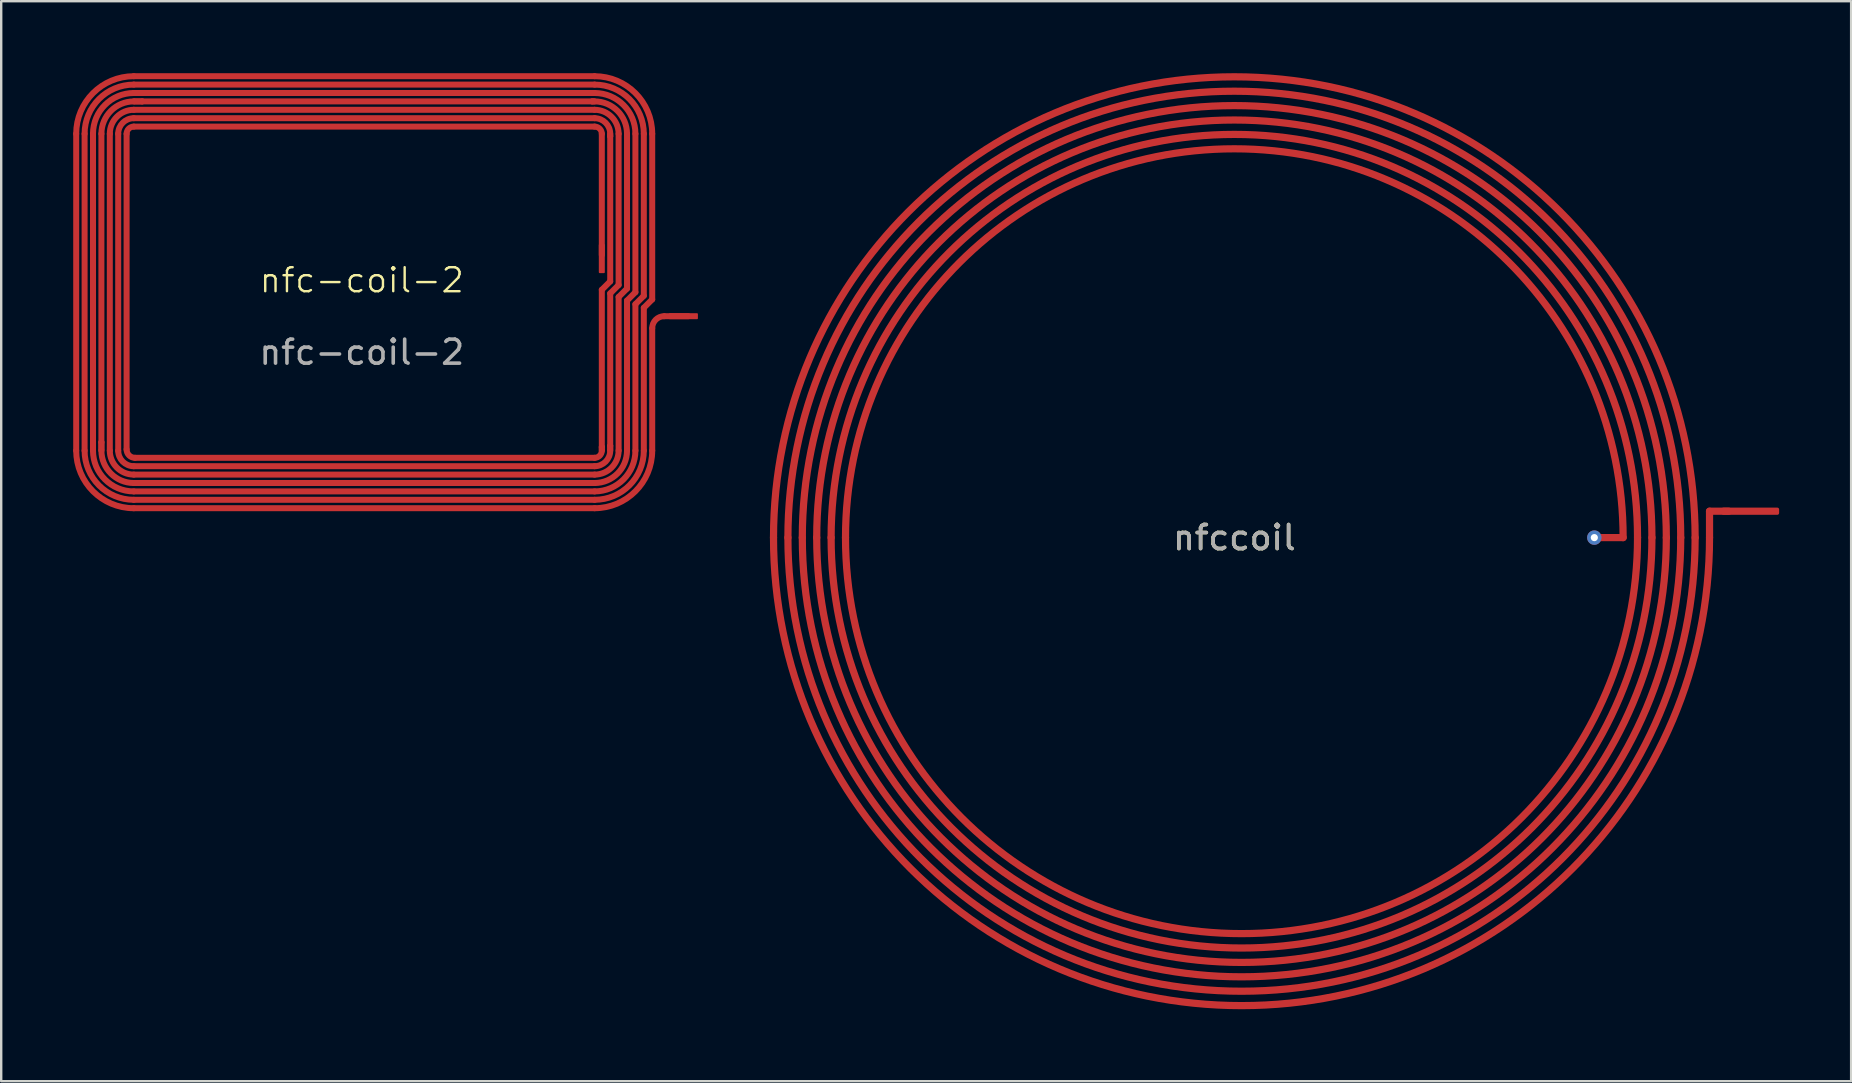
<source format=kicad_pcb>
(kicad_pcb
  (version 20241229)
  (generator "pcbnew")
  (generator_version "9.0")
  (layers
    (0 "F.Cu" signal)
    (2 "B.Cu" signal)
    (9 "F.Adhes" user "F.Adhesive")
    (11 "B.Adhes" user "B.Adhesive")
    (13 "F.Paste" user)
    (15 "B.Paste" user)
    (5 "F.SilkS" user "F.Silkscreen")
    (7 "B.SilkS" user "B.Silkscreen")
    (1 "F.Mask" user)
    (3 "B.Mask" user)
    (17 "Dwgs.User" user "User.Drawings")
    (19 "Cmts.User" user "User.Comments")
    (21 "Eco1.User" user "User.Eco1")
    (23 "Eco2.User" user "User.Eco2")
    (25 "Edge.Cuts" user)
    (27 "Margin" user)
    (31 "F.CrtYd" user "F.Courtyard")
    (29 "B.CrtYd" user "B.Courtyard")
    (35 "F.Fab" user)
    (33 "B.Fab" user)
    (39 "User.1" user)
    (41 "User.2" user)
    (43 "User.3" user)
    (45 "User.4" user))
  (footprint "nfc-coil-2"
    (layer "F.Cu")
    (at 12.025 9.125)
    (property "Reference" "nfc-coil-2" (at 0 -0.5 0) (unlocked yes) (layer "F.SilkS") (effects (font (size 1 1) (thickness 0.1))))
    (attr smd exclude_from_pos_files exclude_from_bom allow_missing_courtyard)
    (fp_line (start -11.9 -6.6) (end -11.9 6.6) (stroke (width 0.25) (type solid)) (layer "F.Cu"))
    (fp_line (start -11.55 -6.6) (end -11.55 6.6) (stroke (width 0.25) (type solid)) (layer "F.Cu"))
    (fp_line (start -11.2 -6.6) (end -11.2 6.6) (stroke (width 0.25) (type solid)) (layer "F.Cu"))
    (fp_line (start -10.85 -6.6) (end -10.85 6.25) (stroke (width 0.25) (type solid)) (layer "F.Cu"))
    (fp_line (start -10.85 6.25) (end -10.85 6.55) (stroke (width 0.25) (type solid)) (layer "F.Cu"))
    (fp_line (start -10.85 6.6) (end -10.85 6.25) (stroke (width 0.25) (type solid)) (layer "F.Cu"))
    (fp_line (start -10.5 -6.6) (end -10.5 6.6) (stroke (width 0.25) (type solid)) (layer "F.Cu"))
    (fp_line (start -10.15 -6.6) (end -10.15 6.6) (stroke (width 0.25) (type solid)) (layer "F.Cu"))
    (fp_line (start -9.8 -6.6) (end -9.8 6.55) (stroke (width 0.25) (type solid)) (layer "F.Cu"))
    (fp_line (start -9.5 -9) (end 9.7 -9) (stroke (width 0.25) (type solid)) (layer "F.Cu"))
    (fp_line (start -9.5 -8.65) (end 9.7 -8.65) (stroke (width 0.25) (type solid)) (layer "F.Cu"))
    (fp_line (start -9.5 -8.3) (end -9.1 -8.3) (stroke (width 0.25) (type solid)) (layer "F.Cu"))
    (fp_line (start -9.5 -7.95) (end -9.15 -7.95) (stroke (width 0.25) (type solid)) (layer "F.Cu"))
    (fp_line (start -9.5 -7.6) (end 9.7 -7.6) (stroke (width 0.25) (type solid)) (layer "F.Cu"))
    (fp_line (start -9.5 -7.25) (end 9.7 -7.25) (stroke (width 0.25) (type solid)) (layer "F.Cu"))
    (fp_line (start -9.5 -6.9) (end 9.7 -6.9) (stroke (width 0.25) (type solid)) (layer "F.Cu"))
    (fp_line (start -9.5 7.25) (end 9.7 7.25) (stroke (width 0.25) (type solid)) (layer "F.Cu"))
    (fp_line (start -9.5 7.6) (end 9.7 7.6) (stroke (width 0.25) (type solid)) (layer "F.Cu"))
    (fp_line (start -9.5 7.95) (end 9.7 7.95) (stroke (width 0.25) (type solid)) (layer "F.Cu"))
    (fp_line (start -9.5 8.3) (end 9.7 8.3) (stroke (width 0.25) (type solid)) (layer "F.Cu"))
    (fp_line (start -9.5 8.65) (end 9.7 8.65) (stroke (width 0.25) (type solid)) (layer "F.Cu"))
    (fp_line (start -9.5 9) (end 9.7 9) (stroke (width 0.25) (type solid)) (layer "F.Cu"))
    (fp_line (start -9.45 -8.3) (end -9.1 -8.3) (stroke (width 0.25) (type solid)) (layer "F.Cu"))
    (fp_line (start -9.45 -7.95) (end -9.15 -7.95) (stroke (width 0.25) (type solid)) (layer "F.Cu"))
    (fp_line (start -9.45 6.9) (end 9.7 6.9) (stroke (width 0.25) (type solid)) (layer "F.Cu"))
    (fp_line (start -9.15 -7.95) (end 9.6 -7.95) (stroke (width 0.25) (type solid)) (layer "F.Cu"))
    (fp_line (start -9.1 -8.3) (end 9.4 -8.3) (stroke (width 0.25) (type solid)) (layer "F.Cu"))
    (fp_line (start 9.4 -8.3) (end 9.65 -8.3) (stroke (width 0.25) (type solid)) (layer "F.Cu"))
    (fp_line (start 9.6 -7.95) (end 9.65 -7.95) (stroke (width 0.25) (type solid)) (layer "F.Cu"))
    (fp_line (start 9.7 -8.3) (end 9.4 -8.3) (stroke (width 0.25) (type solid)) (layer "F.Cu"))
    (fp_line (start 9.7 -7.95) (end 9.6 -7.95) (stroke (width 0.25) (type solid)) (layer "F.Cu"))
    (fp_line (start 10 -6.6) (end 10 -1.55) (stroke (width 0.25) (type solid)) (layer "F.Cu"))
    (fp_line (start 10 -0.1) (end 10 6.45) (stroke (width 0.25) (type solid)) (layer "F.Cu"))
    (fp_line (start 10 -0.1) (end 10.35 -0.45) (stroke (width 0.25) (type solid)) (layer "F.Cu"))
    (fp_line (start 10 6.45) (end 10 6.55) (stroke (width 0.25) (type solid)) (layer "F.Cu"))
    (fp_line (start 10 6.6) (end 10 6.45) (stroke (width 0.25) (type solid)) (layer "F.Cu"))
    (fp_line (start 10.35 -6.6) (end 10.35 -6.5) (stroke (width 0.25) (type solid)) (layer "F.Cu"))
    (fp_line (start 10.35 -6.55) (end 10.35 -6.5) (stroke (width 0.25) (type solid)) (layer "F.Cu"))
    (fp_line (start 10.35 -6.5) (end 10.35 -0.45) (stroke (width 0.25) (type solid)) (layer "F.Cu"))
    (fp_line (start 10.35 0.05) (end 10.35 6.4) (stroke (width 0.25) (type solid)) (layer "F.Cu"))
    (fp_line (start 10.35 0.05) (end 10.7 -0.3) (stroke (width 0.25) (type solid)) (layer "F.Cu"))
    (fp_line (start 10.35 6.4) (end 10.35 6.55) (stroke (width 0.25) (type solid)) (layer "F.Cu"))
    (fp_line (start 10.35 6.6) (end 10.35 6.4) (stroke (width 0.25) (type solid)) (layer "F.Cu"))
    (fp_line (start 10.7 -6.6) (end 10.7 -0.3) (stroke (width 0.25) (type solid)) (layer "F.Cu"))
    (fp_line (start 10.7 0.2) (end 10.7 6.6) (stroke (width 0.25) (type solid)) (layer "F.Cu"))
    (fp_line (start 10.7 0.2) (end 11.05 -0.15) (stroke (width 0.25) (type solid)) (layer "F.Cu"))
    (fp_line (start 11.05 -6.6) (end 11.05 -0.15) (stroke (width 0.25) (type solid)) (layer "F.Cu"))
    (fp_line (start 11.05 0.35) (end 11.05 6.6) (stroke (width 0.25) (type solid)) (layer "F.Cu"))
    (fp_line (start 11.05 0.35) (end 11.4 0) (stroke (width 0.25) (type solid)) (layer "F.Cu"))
    (fp_line (start 11.4 -6.6) (end 11.4 0) (stroke (width 0.25) (type solid)) (layer "F.Cu"))
    (fp_line (start 11.4 0.5) (end 11.4 6.6) (stroke (width 0.25) (type solid)) (layer "F.Cu"))
    (fp_line (start 11.4 0.5) (end 11.75 0.15) (stroke (width 0.25) (type solid)) (layer "F.Cu"))
    (fp_line (start 11.75 -6.6) (end 11.75 0.15) (stroke (width 0.25) (type solid)) (layer "F.Cu"))
    (fp_line (start 11.75 0.65) (end 11.75 6.6) (stroke (width 0.25) (type solid)) (layer "F.Cu"))
    (fp_line (start 11.75 0.65) (end 12.1 0.3) (stroke (width 0.25) (type solid)) (layer "F.Cu"))
    (fp_line (start 12.1 0.3) (end 12.1 -6.6) (stroke (width 0.25) (type solid)) (layer "F.Cu"))
    (fp_line (start 12.1 6.6) (end 12.1 1.5) (stroke (width 0.25) (type solid)) (layer "F.Cu"))
    (fp_line (start 12.6 1) (end 13.6 1) (stroke (width 0.25) (type solid)) (layer "F.Cu"))
    (fp_arc (start -11.9 -6.6) (mid -11.197056 -8.297056) (end -9.5 -9) (stroke (width 0.25) (type solid)) (layer "F.Cu"))
    (fp_arc (start -11.55 -6.6) (mid -10.949569 -8.049569) (end -9.5 -8.65) (stroke (width 0.25) (type solid)) (layer "F.Cu"))
    (fp_arc (start -11.2 -6.6) (mid -10.702082 -7.802082) (end -9.5 -8.3) (stroke (width 0.25) (type solid)) (layer "F.Cu"))
    (fp_arc (start -10.85 -6.6) (mid -10.454594 -7.554594) (end -9.5 -7.95) (stroke (width 0.25) (type solid)) (layer "F.Cu"))
    (fp_arc (start -10.5 -6.6) (mid -10.207107 -7.307107) (end -9.5 -7.6) (stroke (width 0.25) (type solid)) (layer "F.Cu"))
    (fp_arc (start -10.15 -6.6) (mid -9.959619 -7.059619) (end -9.5 -7.25) (stroke (width 0.25) (type solid)) (layer "F.Cu"))
    (fp_arc (start -9.8 -6.6) (mid -9.712132 -6.812132) (end -9.5 -6.9) (stroke (width 0.25) (type solid)) (layer "F.Cu"))
    (fp_arc (start -9.5 7.25) (mid -9.959619 7.059619) (end -10.15 6.6) (stroke (width 0.25) (type solid)) (layer "F.Cu"))
    (fp_arc (start -9.5 7.6) (mid -10.207107 7.307107) (end -10.5 6.6) (stroke (width 0.25) (type solid)) (layer "F.Cu"))
    (fp_arc (start -9.5 7.95) (mid -10.454594 7.554594) (end -10.85 6.6) (stroke (width 0.25) (type solid)) (layer "F.Cu"))
    (fp_arc (start -9.5 8.3) (mid -10.702082 7.802082) (end -11.2 6.6) (stroke (width 0.25) (type solid)) (layer "F.Cu"))
    (fp_arc (start -9.5 8.65) (mid -10.949569 8.049569) (end -11.55 6.6) (stroke (width 0.25) (type solid)) (layer "F.Cu"))
    (fp_arc (start -9.5 9) (mid -11.197056 8.297056) (end -11.9 6.6) (stroke (width 0.25) (type solid)) (layer "F.Cu"))
    (fp_arc (start -9.45 6.9) (mid -9.697487 6.797487) (end -9.8 6.55) (stroke (width 0.25) (type solid)) (layer "F.Cu"))
    (fp_arc (start 9.7 -9) (mid 11.397056 -8.297056) (end 12.1 -6.6) (stroke (width 0.25) (type solid)) (layer "F.Cu"))
    (fp_arc (start 9.7 -8.65) (mid 11.149569 -8.049569) (end 11.75 -6.6) (stroke (width 0.25) (type solid)) (layer "F.Cu"))
    (fp_arc (start 9.7 -8.3) (mid 10.902082 -7.802082) (end 11.4 -6.6) (stroke (width 0.25) (type solid)) (layer "F.Cu"))
    (fp_arc (start 9.7 -7.95) (mid 10.654594 -7.554594) (end 11.05 -6.6) (stroke (width 0.25) (type solid)) (layer "F.Cu"))
    (fp_arc (start 9.7 -7.6) (mid 10.407107 -7.307107) (end 10.7 -6.6) (stroke (width 0.25) (type solid)) (layer "F.Cu"))
    (fp_arc (start 9.7 -7.25) (mid 10.159619 -7.059619) (end 10.35 -6.6) (stroke (width 0.25) (type solid)) (layer "F.Cu"))
    (fp_arc (start 9.7 -6.9) (mid 9.912132 -6.812132) (end 10 -6.6) (stroke (width 0.25) (type solid)) (layer "F.Cu"))
    (fp_arc (start 10 6.6) (mid 9.912132 6.812132) (end 9.7 6.9) (stroke (width 0.25) (type solid)) (layer "F.Cu"))
    (fp_arc (start 10.35 6.6) (mid 10.159619 7.059619) (end 9.7 7.25) (stroke (width 0.25) (type solid)) (layer "F.Cu"))
    (fp_arc (start 10.7 6.6) (mid 10.407107 7.307107) (end 9.7 7.6) (stroke (width 0.25) (type solid)) (layer "F.Cu"))
    (fp_arc (start 11.05 6.6) (mid 10.654594 7.554594) (end 9.7 7.95) (stroke (width 0.25) (type solid)) (layer "F.Cu"))
    (fp_arc (start 11.4 6.6) (mid 10.902082 7.802082) (end 9.7 8.3) (stroke (width 0.25) (type solid)) (layer "F.Cu"))
    (fp_arc (start 11.75 6.6) (mid 11.149569 8.049569) (end 9.7 8.65) (stroke (width 0.25) (type solid)) (layer "F.Cu"))
    (fp_arc (start 12.1 1.5) (mid 12.246447 1.146447) (end 12.6 1) (stroke (width 0.25) (type solid)) (layer "F.Cu"))
    (fp_arc (start 12.1 6.6) (mid 11.397056 8.297056) (end 9.7 9) (stroke (width 0.25) (type solid)) (layer "F.Cu"))
    (fp_text user "${REFERENCE}" (at 0 2.5 0) (unlocked yes) (layer "F.Fab") (effects (font (size 1 1) (thickness 0.15))))
    (pad "1" smd roundrect (at 13.4 1 90) (size 0.25 1.208) (layers "F.Cu" "F.Mask" "F.Paste") (roundrect_rratio 0.15))
    (pad "2" smd roundrect (at 10 -1.4 180) (size 0.25 1.208) (layers "F.Cu" "F.Mask" "F.Paste") (roundrect_rratio 0.15)))
  (footprint "nfccoil"
    (layer "F.Cu")
    (at 48.379 19.35)
    (property "Reference" "nfccoil" (at 0 0 0) (unlocked yes) (layer "F.SilkS") (effects (font (size 1 1) (thickness 0.15))))
    (attr smd exclude_from_pos_files exclude_from_bom allow_missing_courtyard)
    (fp_line (start 16.2 0) (end 15 0) (stroke (width 0.3) (type default)) (layer "F.Cu"))
    (fp_line (start 19.8 -1.1) (end 20.6 -1.1) (stroke (width 0.3) (type default)) (layer "F.Cu"))
    (fp_line (start 19.8 0) (end 19.8 -1.1) (stroke (width 0.3) (type default)) (layer "F.Cu"))
    (fp_arc (start -19.2 0) (mid 0 -19.2) (end 19.2 0) (stroke (width 0.3) (type default)) (layer "F.Cu"))
    (fp_arc (start -18.6 0) (mid 0 -18.6) (end 18.6 0) (stroke (width 0.3) (type default)) (layer "F.Cu"))
    (fp_arc (start -18 0) (mid 0 -18) (end 18 0) (stroke (width 0.3) (type default)) (layer "F.Cu"))
    (fp_arc (start -17.4 0) (mid 0 -17.4) (end 17.4 0) (stroke (width 0.3) (type default)) (layer "F.Cu"))
    (fp_arc (start -16.8 0) (mid 0 -16.8) (end 16.8 0) (stroke (width 0.3) (type default)) (layer "F.Cu"))
    (fp_arc (start -16.2 0) (mid 0 -16.2) (end 16.2 0) (stroke (width 0.3) (type default)) (layer "F.Cu"))
    (fp_arc (start 16.8 0) (mid 0.3 16.5) (end -16.2 0) (stroke (width 0.3) (type default)) (layer "F.Cu"))
    (fp_arc (start 17.4 0) (mid 0.3 17.1) (end -16.8 0) (stroke (width 0.3) (type default)) (layer "F.Cu"))
    (fp_arc (start 18 0) (mid 0.3 17.7) (end -17.4 0) (stroke (width 0.3) (type default)) (layer "F.Cu"))
    (fp_arc (start 18.6 0) (mid 0.3 18.3) (end -18 0) (stroke (width 0.3) (type default)) (layer "F.Cu"))
    (fp_arc (start 19.2 0) (mid 0.3 18.9) (end -18.6 0) (stroke (width 0.3) (type default)) (layer "F.Cu"))
    (fp_arc (start 19.8 0) (mid 0.3 19.5) (end -19.2 0) (stroke (width 0.3) (type default)) (layer "F.Cu"))
    (fp_text user "${REFERENCE}" (at 0 0 0) (unlocked yes) (layer "F.Fab") (effects (font (size 1 1) (thickness 0.15))))
    (pad "1" smd roundrect (at 21.5 -1.1) (size 2.4 0.3) (layers "F.Cu") (roundrect_rratio 0.25))
    (pad "2" thru_hole circle (at 15 0) (size 0.6 0.6) (drill 0.3) (layers "*.Cu") (remove_unused_layers yes) (keep_end_layers yes) (zone_layer_connections)))
  (gr_rect
    (start -3 -3)
    (end 74.079 42)
    (stroke (width 0.1) (type default))
    (fill no)
    (layer "Edge.Cuts")))
</source>
